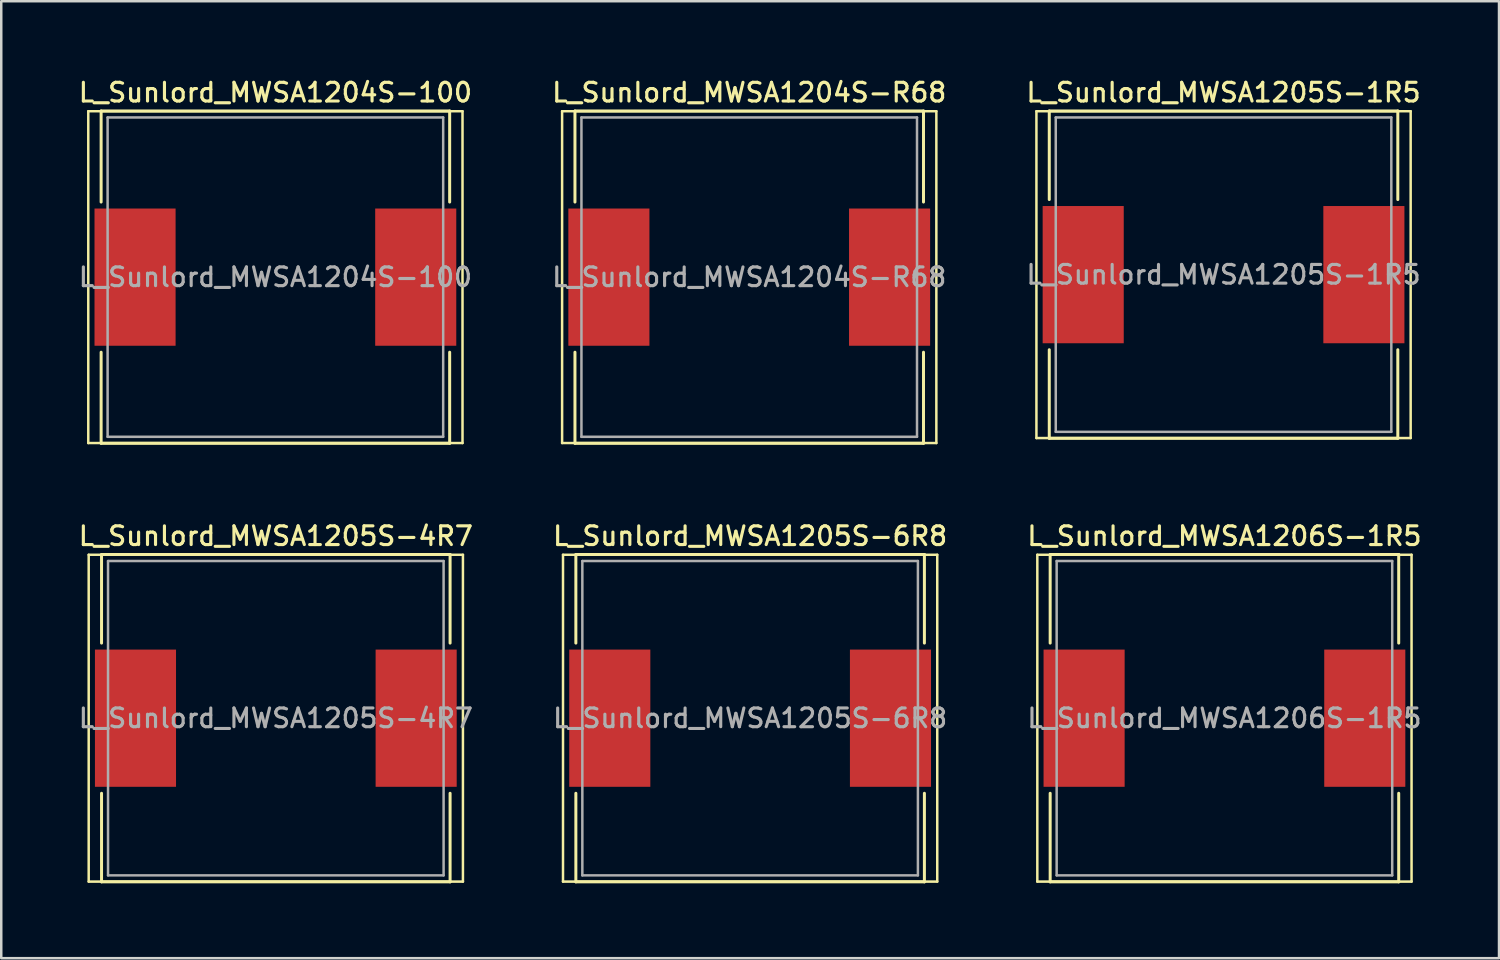
<source format=kicad_pcb>
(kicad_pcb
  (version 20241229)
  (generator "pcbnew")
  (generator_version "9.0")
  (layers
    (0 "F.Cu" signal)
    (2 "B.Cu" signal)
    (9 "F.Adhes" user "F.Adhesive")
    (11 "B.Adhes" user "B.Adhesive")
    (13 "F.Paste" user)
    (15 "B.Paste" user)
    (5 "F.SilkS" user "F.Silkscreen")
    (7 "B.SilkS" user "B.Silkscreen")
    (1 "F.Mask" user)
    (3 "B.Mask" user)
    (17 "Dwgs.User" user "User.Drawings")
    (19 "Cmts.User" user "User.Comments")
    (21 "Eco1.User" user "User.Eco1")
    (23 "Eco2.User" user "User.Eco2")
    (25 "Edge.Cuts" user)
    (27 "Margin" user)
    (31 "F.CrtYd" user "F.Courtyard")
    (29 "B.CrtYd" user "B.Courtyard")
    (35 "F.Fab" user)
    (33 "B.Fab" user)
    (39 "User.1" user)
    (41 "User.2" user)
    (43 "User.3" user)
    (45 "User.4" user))
  (footprint "L_Sunlord_MWSA1206S-1R5"
    (layer "F.Cu")
    (at 46.027 25.736)
    (property "Reference" "L_Sunlord_MWSA1206S-1R5" (at 0 -7.3 0) (layer "F.SilkS") (effects (font (size 0.75 0.75) (thickness 0.125))))
    (attr smd)
    (fp_line (start -7.5 -6.55) (end -7.5 6.55) (stroke (width 0.1) (type solid)) (layer "F.SilkS"))
    (fp_line (start -7.5 6.55) (end 7.5 6.55) (stroke (width 0.1) (type solid)) (layer "F.SilkS"))
    (fp_line (start -6.985 -6.56) (end -6.985 -3.01) (stroke (width 0.12) (type solid)) (layer "F.SilkS"))
    (fp_line (start -6.985 -6.56) (end 6.985 -6.56) (stroke (width 0.12) (type solid)) (layer "F.SilkS"))
    (fp_line (start -6.985 6.56) (end -6.985 3.01) (stroke (width 0.12) (type solid)) (layer "F.SilkS"))
    (fp_line (start -6.985 6.56) (end 6.985 6.56) (stroke (width 0.12) (type solid)) (layer "F.SilkS"))
    (fp_line (start 6.985 -6.56) (end 6.985 -3.01) (stroke (width 0.12) (type solid)) (layer "F.SilkS"))
    (fp_line (start 6.985 6.56) (end 6.985 3.01) (stroke (width 0.12) (type solid)) (layer "F.SilkS"))
    (fp_line (start 7.5 -6.55) (end -7.5 -6.55) (stroke (width 0.1) (type solid)) (layer "F.SilkS"))
    (fp_line (start 7.5 6.55) (end 7.5 -6.55) (stroke (width 0.1) (type solid)) (layer "F.SilkS"))
    (fp_line (start -6.725 -6.3) (end -6.725 6.3) (stroke (width 0.1) (type solid)) (layer "F.Fab"))
    (fp_line (start -6.725 6.3) (end 6.725 6.3) (stroke (width 0.1) (type solid)) (layer "F.Fab"))
    (fp_line (start 6.725 -6.3) (end -6.725 -6.3) (stroke (width 0.1) (type solid)) (layer "F.Fab"))
    (fp_line (start 6.725 6.3) (end 6.725 -6.3) (stroke (width 0.1) (type solid)) (layer "F.Fab"))
    (fp_text user "${REFERENCE}" (at 0 0 0) (layer "F.Fab") (effects (font (size 0.75 0.75) (thickness 0.125))))
    (pad "1" smd rect (at -5.625 0) (size 3.25 5.5) (layers "F.Cu" "F.Mask" "F.Paste"))
    (pad "2" smd rect (at 5.625 0) (size 3.25 5.5) (layers "F.Cu" "F.Mask" "F.Paste")))
  (footprint "L_Sunlord_MWSA1205S-6R8"
    (layer "F.Cu")
    (at 27.016 25.736)
    (property "Reference" "L_Sunlord_MWSA1205S-6R8" (at 0 -7.3 0) (layer "F.SilkS") (effects (font (size 0.75 0.75) (thickness 0.125))))
    (attr smd)
    (fp_line (start -7.5 -6.55) (end -7.5 6.55) (stroke (width 0.1) (type solid)) (layer "F.SilkS"))
    (fp_line (start -7.5 6.55) (end 7.5 6.55) (stroke (width 0.1) (type solid)) (layer "F.SilkS"))
    (fp_line (start -6.985 -6.56) (end -6.985 -3.01) (stroke (width 0.12) (type solid)) (layer "F.SilkS"))
    (fp_line (start -6.985 -6.56) (end 6.985 -6.56) (stroke (width 0.12) (type solid)) (layer "F.SilkS"))
    (fp_line (start -6.985 6.56) (end -6.985 3.01) (stroke (width 0.12) (type solid)) (layer "F.SilkS"))
    (fp_line (start -6.985 6.56) (end 6.985 6.56) (stroke (width 0.12) (type solid)) (layer "F.SilkS"))
    (fp_line (start 6.985 -6.56) (end 6.985 -3.01) (stroke (width 0.12) (type solid)) (layer "F.SilkS"))
    (fp_line (start 6.985 6.56) (end 6.985 3.01) (stroke (width 0.12) (type solid)) (layer "F.SilkS"))
    (fp_line (start 7.5 -6.55) (end -7.5 -6.55) (stroke (width 0.1) (type solid)) (layer "F.SilkS"))
    (fp_line (start 7.5 6.55) (end 7.5 -6.55) (stroke (width 0.1) (type solid)) (layer "F.SilkS"))
    (fp_line (start -6.725 -6.3) (end -6.725 6.3) (stroke (width 0.1) (type solid)) (layer "F.Fab"))
    (fp_line (start -6.725 6.3) (end 6.725 6.3) (stroke (width 0.1) (type solid)) (layer "F.Fab"))
    (fp_line (start 6.725 -6.3) (end -6.725 -6.3) (stroke (width 0.1) (type solid)) (layer "F.Fab"))
    (fp_line (start 6.725 6.3) (end 6.725 -6.3) (stroke (width 0.1) (type solid)) (layer "F.Fab"))
    (fp_text user "${REFERENCE}" (at 0 0 0) (layer "F.Fab") (effects (font (size 0.75 0.75) (thickness 0.125))))
    (pad "1" smd rect (at -5.625 0) (size 3.25 5.5) (layers "F.Cu" "F.Mask" "F.Paste"))
    (pad "2" smd rect (at 5.625 0) (size 3.25 5.5) (layers "F.Cu" "F.Mask" "F.Paste")))
  (footprint "L_Sunlord_MWSA1205S-1R5"
    (layer "F.Cu")
    (at 45.991 7.958)
    (property "Reference" "L_Sunlord_MWSA1205S-1R5" (at 0 -7.3 0) (layer "F.SilkS") (effects (font (size 0.75 0.75) (thickness 0.125))))
    (attr smd)
    (fp_line (start -7.5 -6.55) (end -7.5 6.55) (stroke (width 0.1) (type solid)) (layer "F.SilkS"))
    (fp_line (start -7.5 6.55) (end 7.5 6.55) (stroke (width 0.1) (type solid)) (layer "F.SilkS"))
    (fp_line (start -6.985 -6.56) (end -6.985 -3.01) (stroke (width 0.12) (type solid)) (layer "F.SilkS"))
    (fp_line (start -6.985 -6.56) (end 6.985 -6.56) (stroke (width 0.12) (type solid)) (layer "F.SilkS"))
    (fp_line (start -6.985 6.56) (end -6.985 3.01) (stroke (width 0.12) (type solid)) (layer "F.SilkS"))
    (fp_line (start -6.985 6.56) (end 6.985 6.56) (stroke (width 0.12) (type solid)) (layer "F.SilkS"))
    (fp_line (start 6.985 -6.56) (end 6.985 -3.01) (stroke (width 0.12) (type solid)) (layer "F.SilkS"))
    (fp_line (start 6.985 6.56) (end 6.985 3.01) (stroke (width 0.12) (type solid)) (layer "F.SilkS"))
    (fp_line (start 7.5 -6.55) (end -7.5 -6.55) (stroke (width 0.1) (type solid)) (layer "F.SilkS"))
    (fp_line (start 7.5 6.55) (end 7.5 -6.55) (stroke (width 0.1) (type solid)) (layer "F.SilkS"))
    (fp_line (start -6.725 -6.3) (end -6.725 6.3) (stroke (width 0.1) (type solid)) (layer "F.Fab"))
    (fp_line (start -6.725 6.3) (end 6.725 6.3) (stroke (width 0.1) (type solid)) (layer "F.Fab"))
    (fp_line (start 6.725 -6.3) (end -6.725 -6.3) (stroke (width 0.1) (type solid)) (layer "F.Fab"))
    (fp_line (start 6.725 6.3) (end 6.725 -6.3) (stroke (width 0.1) (type solid)) (layer "F.Fab"))
    (fp_text user "${REFERENCE}" (at 0 0 0) (layer "F.Fab") (effects (font (size 0.75 0.75) (thickness 0.125))))
    (pad "1" smd rect (at -5.625 0) (size 3.25 5.5) (layers "F.Cu" "F.Mask" "F.Paste"))
    (pad "2" smd rect (at 5.625 0) (size 3.25 5.5) (layers "F.Cu" "F.Mask" "F.Paste")))
  (footprint "L_Sunlord_MWSA1204S-100"
    (layer "F.Cu")
    (at 7.988 8.058)
    (property "Reference" "L_Sunlord_MWSA1204S-100" (at 0 -7.4 0) (layer "F.SilkS") (effects (font (size 0.75 0.75) (thickness 0.125))))
    (attr smd)
    (fp_line (start -7.5 -6.65) (end -7.5 6.65) (stroke (width 0.1) (type solid)) (layer "F.SilkS"))
    (fp_line (start -7.5 6.65) (end 7.5 6.65) (stroke (width 0.1) (type solid)) (layer "F.SilkS"))
    (fp_line (start -6.985 -6.66) (end -6.985 -3.01) (stroke (width 0.12) (type solid)) (layer "F.SilkS"))
    (fp_line (start -6.985 -6.66) (end 6.985 -6.66) (stroke (width 0.12) (type solid)) (layer "F.SilkS"))
    (fp_line (start -6.985 6.66) (end -6.985 3.01) (stroke (width 0.12) (type solid)) (layer "F.SilkS"))
    (fp_line (start -6.985 6.66) (end 6.985 6.66) (stroke (width 0.12) (type solid)) (layer "F.SilkS"))
    (fp_line (start 6.985 -6.66) (end 6.985 -3.01) (stroke (width 0.12) (type solid)) (layer "F.SilkS"))
    (fp_line (start 6.985 6.66) (end 6.985 3.01) (stroke (width 0.12) (type solid)) (layer "F.SilkS"))
    (fp_line (start 7.5 -6.65) (end -7.5 -6.65) (stroke (width 0.1) (type solid)) (layer "F.SilkS"))
    (fp_line (start 7.5 6.65) (end 7.5 -6.65) (stroke (width 0.1) (type solid)) (layer "F.SilkS"))
    (fp_line (start -6.725 -6.4) (end -6.725 6.4) (stroke (width 0.1) (type solid)) (layer "F.Fab"))
    (fp_line (start -6.725 6.4) (end 6.725 6.4) (stroke (width 0.1) (type solid)) (layer "F.Fab"))
    (fp_line (start 6.725 -6.4) (end -6.725 -6.4) (stroke (width 0.1) (type solid)) (layer "F.Fab"))
    (fp_line (start 6.725 6.4) (end 6.725 -6.4) (stroke (width 0.1) (type solid)) (layer "F.Fab"))
    (fp_text user "${REFERENCE}" (at 0 0 0) (layer "F.Fab") (effects (font (size 0.75 0.75) (thickness 0.125))))
    (pad "1" smd rect (at -5.625 0) (size 3.25 5.5) (layers "F.Cu" "F.Mask" "F.Paste"))
    (pad "2" smd rect (at 5.625 0) (size 3.25 5.5) (layers "F.Cu" "F.Mask" "F.Paste")))
  (footprint "L_Sunlord_MWSA1204S-R68"
    (layer "F.Cu")
    (at 26.98 8.058)
    (property "Reference" "L_Sunlord_MWSA1204S-R68" (at 0 -7.4 0) (layer "F.SilkS") (effects (font (size 0.75 0.75) (thickness 0.125))))
    (attr smd)
    (fp_line (start -7.5 -6.65) (end -7.5 6.65) (stroke (width 0.1) (type solid)) (layer "F.SilkS"))
    (fp_line (start -7.5 6.65) (end 7.5 6.65) (stroke (width 0.1) (type solid)) (layer "F.SilkS"))
    (fp_line (start -6.985 -6.66) (end -6.985 -3.01) (stroke (width 0.12) (type solid)) (layer "F.SilkS"))
    (fp_line (start -6.985 -6.66) (end 6.985 -6.66) (stroke (width 0.12) (type solid)) (layer "F.SilkS"))
    (fp_line (start -6.985 6.66) (end -6.985 3.01) (stroke (width 0.12) (type solid)) (layer "F.SilkS"))
    (fp_line (start -6.985 6.66) (end 6.985 6.66) (stroke (width 0.12) (type solid)) (layer "F.SilkS"))
    (fp_line (start 6.985 -6.66) (end 6.985 -3.01) (stroke (width 0.12) (type solid)) (layer "F.SilkS"))
    (fp_line (start 6.985 6.66) (end 6.985 3.01) (stroke (width 0.12) (type solid)) (layer "F.SilkS"))
    (fp_line (start 7.5 -6.65) (end -7.5 -6.65) (stroke (width 0.1) (type solid)) (layer "F.SilkS"))
    (fp_line (start 7.5 6.65) (end 7.5 -6.65) (stroke (width 0.1) (type solid)) (layer "F.SilkS"))
    (fp_line (start -6.725 -6.4) (end -6.725 6.4) (stroke (width 0.1) (type solid)) (layer "F.Fab"))
    (fp_line (start -6.725 6.4) (end 6.725 6.4) (stroke (width 0.1) (type solid)) (layer "F.Fab"))
    (fp_line (start 6.725 -6.4) (end -6.725 -6.4) (stroke (width 0.1) (type solid)) (layer "F.Fab"))
    (fp_line (start 6.725 6.4) (end 6.725 -6.4) (stroke (width 0.1) (type solid)) (layer "F.Fab"))
    (fp_text user "${REFERENCE}" (at 0 0 0) (layer "F.Fab") (effects (font (size 0.75 0.75) (thickness 0.125))))
    (pad "1" smd rect (at -5.625 0) (size 3.25 5.5) (layers "F.Cu" "F.Mask" "F.Paste"))
    (pad "2" smd rect (at 5.625 0) (size 3.25 5.5) (layers "F.Cu" "F.Mask" "F.Paste")))
  (footprint "L_Sunlord_MWSA1205S-4R7"
    (layer "F.Cu")
    (at 8.005 25.736)
    (property "Reference" "L_Sunlord_MWSA1205S-4R7" (at 0 -7.3 0) (layer "F.SilkS") (effects (font (size 0.75 0.75) (thickness 0.125))))
    (attr smd)
    (fp_line (start -7.5 -6.55) (end -7.5 6.55) (stroke (width 0.1) (type solid)) (layer "F.SilkS"))
    (fp_line (start -7.5 6.55) (end 7.5 6.55) (stroke (width 0.1) (type solid)) (layer "F.SilkS"))
    (fp_line (start -6.985 -6.56) (end -6.985 -3.01) (stroke (width 0.12) (type solid)) (layer "F.SilkS"))
    (fp_line (start -6.985 -6.56) (end 6.985 -6.56) (stroke (width 0.12) (type solid)) (layer "F.SilkS"))
    (fp_line (start -6.985 6.56) (end -6.985 3.01) (stroke (width 0.12) (type solid)) (layer "F.SilkS"))
    (fp_line (start -6.985 6.56) (end 6.985 6.56) (stroke (width 0.12) (type solid)) (layer "F.SilkS"))
    (fp_line (start 6.985 -6.56) (end 6.985 -3.01) (stroke (width 0.12) (type solid)) (layer "F.SilkS"))
    (fp_line (start 6.985 6.56) (end 6.985 3.01) (stroke (width 0.12) (type solid)) (layer "F.SilkS"))
    (fp_line (start 7.5 -6.55) (end -7.5 -6.55) (stroke (width 0.1) (type solid)) (layer "F.SilkS"))
    (fp_line (start 7.5 6.55) (end 7.5 -6.55) (stroke (width 0.1) (type solid)) (layer "F.SilkS"))
    (fp_line (start -6.725 -6.3) (end -6.725 6.3) (stroke (width 0.1) (type solid)) (layer "F.Fab"))
    (fp_line (start -6.725 6.3) (end 6.725 6.3) (stroke (width 0.1) (type solid)) (layer "F.Fab"))
    (fp_line (start 6.725 -6.3) (end -6.725 -6.3) (stroke (width 0.1) (type solid)) (layer "F.Fab"))
    (fp_line (start 6.725 6.3) (end 6.725 -6.3) (stroke (width 0.1) (type solid)) (layer "F.Fab"))
    (fp_text user "${REFERENCE}" (at 0 0 0) (layer "F.Fab") (effects (font (size 0.75 0.75) (thickness 0.125))))
    (pad "1" smd rect (at -5.625 0) (size 3.25 5.5) (layers "F.Cu" "F.Mask" "F.Paste"))
    (pad "2" smd rect (at 5.625 0) (size 3.25 5.5) (layers "F.Cu" "F.Mask" "F.Paste")))
  (gr_rect
    (start -3 -3)
    (end 57.032 35.356)
    (stroke (width 0.1) (type default))
    (fill no)
    (layer "Edge.Cuts")))
</source>
